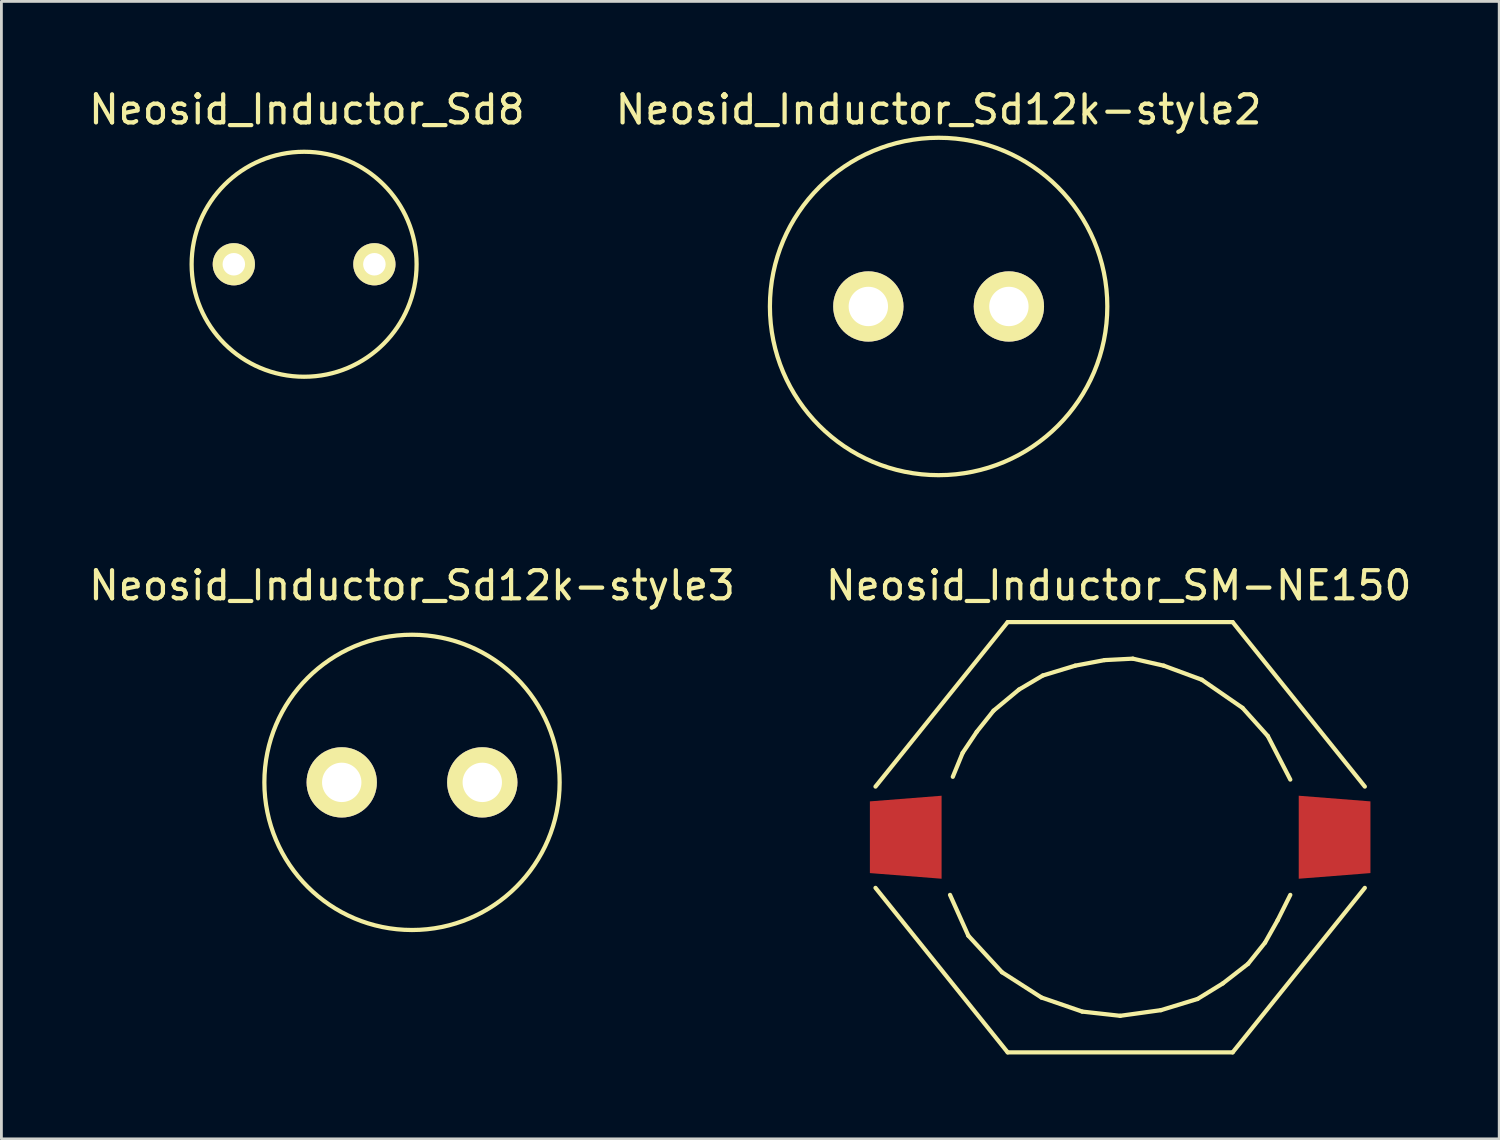
<source format=kicad_pcb>
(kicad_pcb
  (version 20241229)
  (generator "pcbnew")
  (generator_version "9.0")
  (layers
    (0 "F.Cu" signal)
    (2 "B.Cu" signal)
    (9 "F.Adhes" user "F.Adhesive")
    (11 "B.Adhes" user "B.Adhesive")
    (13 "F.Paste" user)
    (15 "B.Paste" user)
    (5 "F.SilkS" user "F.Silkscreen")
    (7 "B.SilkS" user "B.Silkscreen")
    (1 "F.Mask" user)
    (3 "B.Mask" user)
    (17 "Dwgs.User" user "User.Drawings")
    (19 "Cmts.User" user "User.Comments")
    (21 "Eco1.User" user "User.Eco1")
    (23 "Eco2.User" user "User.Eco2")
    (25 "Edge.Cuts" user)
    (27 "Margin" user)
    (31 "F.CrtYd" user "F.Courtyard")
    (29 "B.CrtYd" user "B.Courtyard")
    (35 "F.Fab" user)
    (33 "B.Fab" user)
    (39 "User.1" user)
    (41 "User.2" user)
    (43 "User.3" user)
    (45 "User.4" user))
  (footprint "Neosid_Inductor_Sd12k-style3"
    (layer "F.Cu")
    (at 11.601 24.771)
    (property "Reference" "Neosid_Inductor_Sd12k-style3" (at 0 -7 0) (layer "F.SilkS") (effects (font (size 1 1) (thickness 0.15))))
    (attr through_hole)
    (fp_circle (center 0 0) (end 5.25 0) (stroke (width 0.15) (type solid)) (fill no) (layer "F.SilkS"))
    (pad "1" thru_hole circle (at -2.499 0) (size 2.499 2.499) (drill 1.4) (layers "*.Cu" "*.Mask" "F.SilkS"))
    (pad "2" thru_hole circle (at 2.499 0) (size 2.499 2.499) (drill 1.4) (layers "*.Cu" "*.Mask" "F.SilkS")))
  (footprint "Neosid_Inductor_Sd8"
    (layer "F.Cu")
    (at 7.764 6.347)
    (property "Reference" "Neosid_Inductor_Sd8" (at 0.099 -5.499 0) (layer "F.SilkS") (effects (font (size 1 1) (thickness 0.15))))
    (attr through_hole)
    (fp_circle (center 0 0) (end 4 0) (stroke (width 0.15) (type solid)) (fill no) (layer "F.SilkS"))
    (pad "1" thru_hole circle (at -2.499 0) (size 1.501 1.501) (drill 0.8) (layers "*.Cu" "*.Mask" "F.SilkS"))
    (pad "2" thru_hole circle (at 2.499 0) (size 1.501 1.501) (drill 0.8) (layers "*.Cu" "*.Mask" "F.SilkS")))
  (footprint "Neosid_Inductor_SM-NE150"
    (layer "F.Cu")
    (at 36.783 26.722)
    (property "Reference" "Neosid_Inductor_SM-NE150" (at -0.051 -8.951 0) (layer "F.SilkS") (effects (font (size 1 1) (thickness 0.15))))
    (attr smd)
    (fp_line (start -5.951 -2.149) (end -5.601 -3) (stroke (width 0.15) (type solid)) (layer "F.SilkS"))
    (fp_line (start -5.601 -3) (end -5.1 -3.749) (stroke (width 0.15) (type solid)) (layer "F.SilkS"))
    (fp_line (start -5.4 3.5) (end -6.05 2.05) (stroke (width 0.15) (type solid)) (layer "F.SilkS"))
    (fp_line (start -5.1 -3.749) (end -4.501 -4.501) (stroke (width 0.15) (type solid)) (layer "F.SilkS"))
    (fp_line (start -4.501 -4.501) (end -3.599 -5.25) (stroke (width 0.15) (type solid)) (layer "F.SilkS"))
    (fp_line (start -4.201 4.801) (end -5.4 3.5) (stroke (width 0.15) (type solid)) (layer "F.SilkS"))
    (fp_line (start -4 -7.65) (end -8.7 -1.801) (stroke (width 0.15) (type solid)) (layer "F.SilkS"))
    (fp_line (start -4 7.65) (end -8.7 1.801) (stroke (width 0.15) (type solid)) (layer "F.SilkS"))
    (fp_line (start -3.599 -5.25) (end -2.751 -5.751) (stroke (width 0.15) (type solid)) (layer "F.SilkS"))
    (fp_line (start -2.799 5.7) (end -4.201 4.801) (stroke (width 0.15) (type solid)) (layer "F.SilkS"))
    (fp_line (start -2.751 -5.751) (end -1.6 -6.101) (stroke (width 0.15) (type solid)) (layer "F.SilkS"))
    (fp_line (start -1.6 -6.101) (end -0.551 -6.299) (stroke (width 0.15) (type solid)) (layer "F.SilkS"))
    (fp_line (start -1.349 6.2) (end -2.799 5.7) (stroke (width 0.15) (type solid)) (layer "F.SilkS"))
    (fp_line (start -0.551 -6.299) (end 0.45 -6.35) (stroke (width 0.15) (type solid)) (layer "F.SilkS"))
    (fp_line (start 0 6.35) (end -1.349 6.2) (stroke (width 0.15) (type solid)) (layer "F.SilkS"))
    (fp_line (start 0.45 -6.35) (end 1.549 -6.101) (stroke (width 0.15) (type solid)) (layer "F.SilkS"))
    (fp_line (start 1.45 6.149) (end 0 6.35) (stroke (width 0.15) (type solid)) (layer "F.SilkS"))
    (fp_line (start 1.549 -6.101) (end 2.901 -5.601) (stroke (width 0.15) (type solid)) (layer "F.SilkS"))
    (fp_line (start 2.751 5.751) (end 1.45 6.149) (stroke (width 0.15) (type solid)) (layer "F.SilkS"))
    (fp_line (start 2.901 -5.601) (end 4.351 -4.6) (stroke (width 0.15) (type solid)) (layer "F.SilkS"))
    (fp_line (start 3.65 5.199) (end 2.751 5.751) (stroke (width 0.15) (type solid)) (layer "F.SilkS"))
    (fp_line (start 4 -7.65) (end -4 -7.65) (stroke (width 0.15) (type solid)) (layer "F.SilkS"))
    (fp_line (start 4 7.65) (end -4 7.65) (stroke (width 0.15) (type solid)) (layer "F.SilkS"))
    (fp_line (start 4.351 -4.6) (end 5.25 -3.599) (stroke (width 0.15) (type solid)) (layer "F.SilkS"))
    (fp_line (start 4.549 4.501) (end 3.65 5.199) (stroke (width 0.15) (type solid)) (layer "F.SilkS"))
    (fp_line (start 5.151 3.749) (end 4.549 4.501) (stroke (width 0.15) (type solid)) (layer "F.SilkS"))
    (fp_line (start 5.25 -3.599) (end 6.05 -2.05) (stroke (width 0.15) (type solid)) (layer "F.SilkS"))
    (fp_line (start 5.601 2.949) (end 5.151 3.749) (stroke (width 0.15) (type solid)) (layer "F.SilkS"))
    (fp_line (start 6.05 2.05) (end 5.601 2.949) (stroke (width 0.15) (type solid)) (layer "F.SilkS"))
    (fp_line (start 8.7 -1.801) (end 4 -7.65) (stroke (width 0.15) (type solid)) (layer "F.SilkS"))
    (fp_line (start 8.7 1.801) (end 4 7.65) (stroke (width 0.15) (type solid)) (layer "F.SilkS"))
    (pad "1" smd trapezoid (at -7.625 0 180) (size 2.55 2.751) (rect_delta 0.201 0) (layers "F.Cu" "F.Mask" "F.Paste"))
    (pad "2" smd trapezoid (at 7.625 0) (size 2.55 2.751) (rect_delta 0.201 0) (layers "F.Cu" "F.Mask" "F.Paste")))
  (footprint "Neosid_Inductor_Sd12k-style2"
    (layer "F.Cu")
    (at 30.327 7.848)
    (property "Reference" "Neosid_Inductor_Sd12k-style2" (at 0 -7 0) (layer "F.SilkS") (effects (font (size 1 1) (thickness 0.15))))
    (attr through_hole)
    (fp_circle (center 0 0) (end 5.999 0) (stroke (width 0.15) (type solid)) (fill no) (layer "F.SilkS"))
    (pad "1" thru_hole circle (at -2.499 0) (size 2.499 2.499) (drill 1.4) (layers "*.Cu" "*.Mask" "F.SilkS"))
    (pad "2" thru_hole circle (at 2.499 0) (size 2.499 2.499) (drill 1.4) (layers "*.Cu" "*.Mask" "F.SilkS")))
  (gr_rect
    (start -3 -3)
    (end 50.262 37.448)
    (stroke (width 0.1) (type default))
    (fill no)
    (layer "Edge.Cuts")))
</source>
